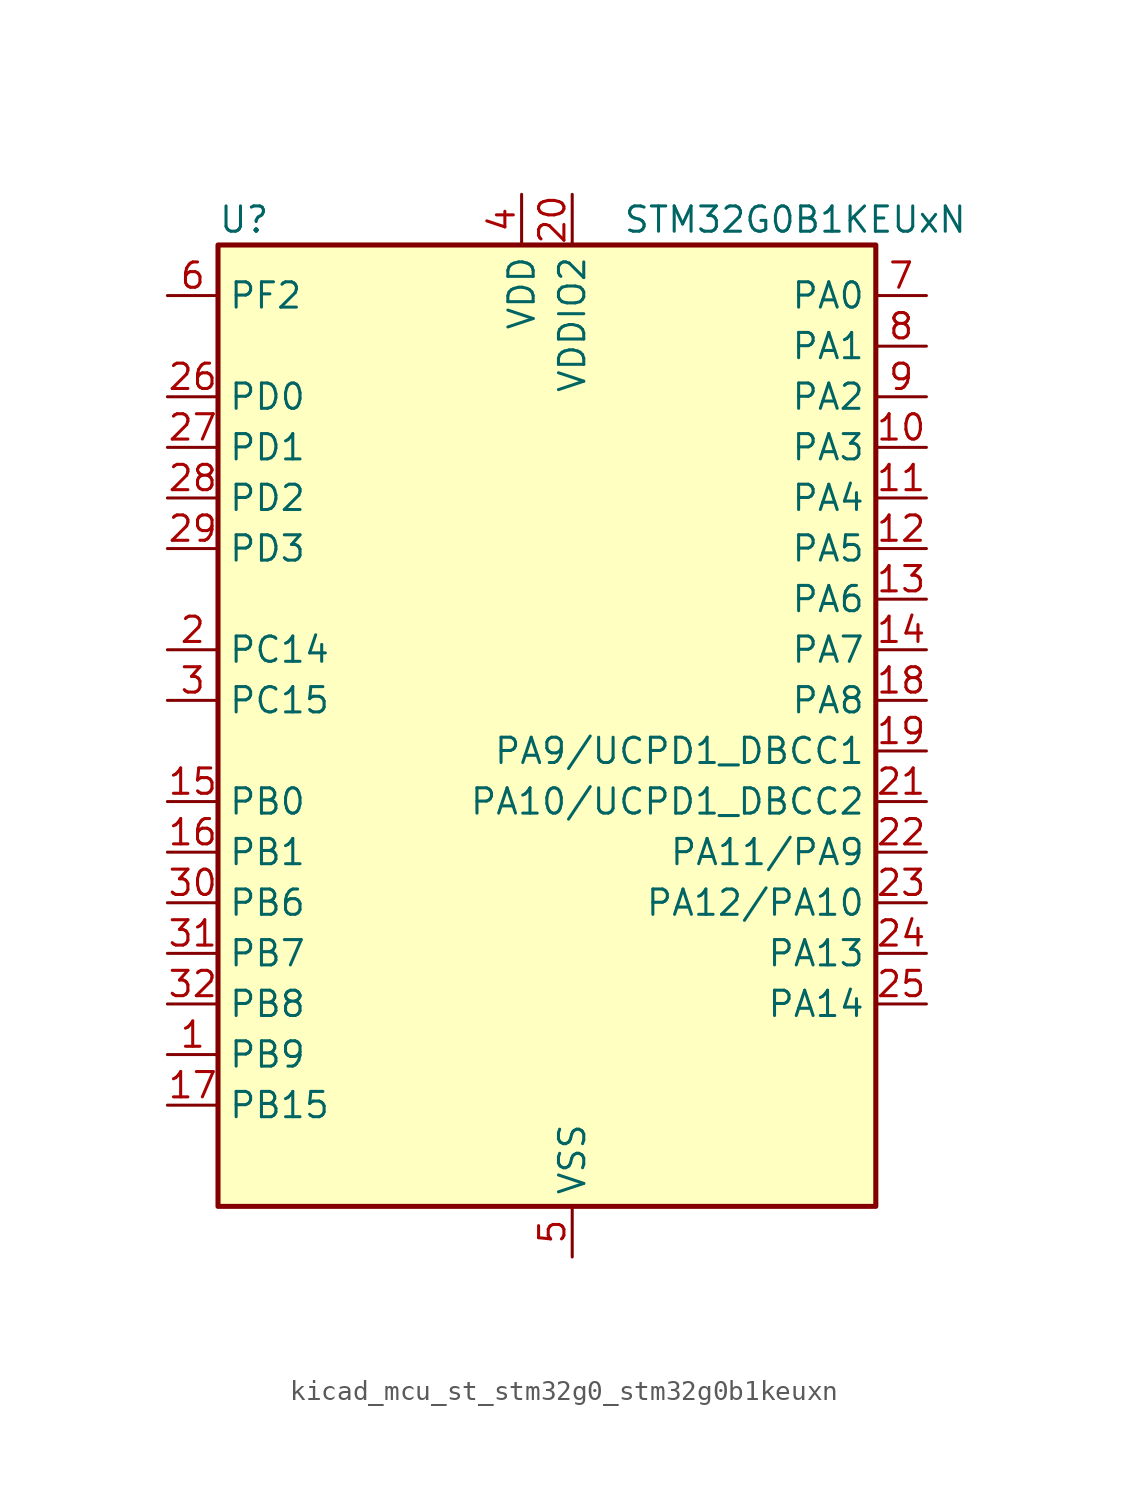
<source format=kicad_sym>
(kicad_symbol_lib
  (version 20220914)
  (generator kicad_symbol_editor)
  (symbol "kicad_mcu_st_stm32g0_stm32g0b1keuxn"
    (property "Reference" "U"
      (at -15.24 26.67 0)
      (effects (font (size 1.27 1.27)) (justify left)))
    (property "Value" "STM32G0B1KEUxN"
      (at 5.08 26.67 0)
      (effects (font (size 1.27 1.27)) (justify left)))
    (property "ki_locked" ""
      (at 0 0 0)
      (effects (font (size 1.27 1.27))))
    (symbol "kicad_mcu_st_stm32g0_stm32g0b1keuxn_0_1"
      (rectangle (start -15.24 -22.86) (end 17.78 25.4) (stroke (width 0.254) (type default)) (fill (type background))))
    (symbol "kicad_mcu_st_stm32g0_stm32g0b1keuxn_1_1"
      (pin bidirectional line (at -17.78 -15.24 0) (length 2.54) (name "PB9" (effects (font (size 1.27 1.27)))) (number "1" (effects (font (size 1.27 1.27)))) (alternate "DAC1_EXTI9" bidirectional line) (alternate "FDCAN1_TX" bidirectional line) (alternate "I2C1_SDA" bidirectional line) (alternate "I2S2_WS" bidirectional line) (alternate "IR_OUT" bidirectional line) (alternate "SPI2_NSS" bidirectional line) (alternate "TIM17_CH1" bidirectional line) (alternate "TIM4_CH4" bidirectional line) (alternate "UCPD2_FRSTX1" bidirectional line) (alternate "UCPD2_FRSTX2" bidirectional line) (alternate "USART3_RX" bidirectional line) (alternate "USART6_RX" bidirectional line))
      (pin bidirectional line (at 20.32 15.24 180) (length 2.54) (name "PA3" (effects (font (size 1.27 1.27)))) (number "10" (effects (font (size 1.27 1.27)))) (alternate "ADC1_IN3" bidirectional line) (alternate "COMP2_INP" bidirectional line) (alternate "I2S2_MCK" bidirectional line) (alternate "LPUART1_RX" bidirectional line) (alternate "SPI2_MISO" bidirectional line) (alternate "TIM15_CH2" bidirectional line) (alternate "TIM2_CH4" bidirectional line) (alternate "UCPD2_FRSTX1" bidirectional line) (alternate "UCPD2_FRSTX2" bidirectional line) (alternate "USART2_RX" bidirectional line))
      (pin bidirectional line (at 20.32 12.7 180) (length 2.54) (name "PA4" (effects (font (size 1.27 1.27)))) (number "11" (effects (font (size 1.27 1.27)))) (alternate "ADC1_IN4" bidirectional line) (alternate "DAC1_OUT1" bidirectional line) (alternate "I2S1_WS" bidirectional line) (alternate "I2S2_SD" bidirectional line) (alternate "LPTIM2_OUT" bidirectional line) (alternate "RTC_OUT1" bidirectional line) (alternate "RTC_TAMP_IN1" bidirectional line) (alternate "RTC_TS" bidirectional line) (alternate "SPI1_NSS" bidirectional line) (alternate "SPI2_MOSI" bidirectional line) (alternate "SYS_WKUP2" bidirectional line) (alternate "TIM14_CH1" bidirectional line) (alternate "UCPD2_FRSTX1" bidirectional line) (alternate "UCPD2_FRSTX2" bidirectional line) (alternate "USART6_TX" bidirectional line) (alternate "USB_NOE" bidirectional line))
      (pin bidirectional line (at 20.32 10.16 180) (length 2.54) (name "PA5" (effects (font (size 1.27 1.27)))) (number "12" (effects (font (size 1.27 1.27)))) (alternate "ADC1_IN5" bidirectional line) (alternate "CEC" bidirectional line) (alternate "DAC1_OUT2" bidirectional line) (alternate "I2S1_CK" bidirectional line) (alternate "LPTIM2_ETR" bidirectional line) (alternate "SPI1_SCK" bidirectional line) (alternate "TIM2_CH1" bidirectional line) (alternate "TIM2_ETR" bidirectional line) (alternate "UCPD1_FRSTX1" bidirectional line) (alternate "UCPD1_FRSTX2" bidirectional line) (alternate "USART3_TX" bidirectional line) (alternate "USART6_RX" bidirectional line))
      (pin bidirectional line (at 20.32 7.62 180) (length 2.54) (name "PA6" (effects (font (size 1.27 1.27)))) (number "13" (effects (font (size 1.27 1.27)))) (alternate "ADC1_IN6" bidirectional line) (alternate "COMP1_OUT" bidirectional line) (alternate "I2C2_SDA" bidirectional line) (alternate "I2C3_SDA" bidirectional line) (alternate "I2S1_MCK" bidirectional line) (alternate "LPUART1_CTS" bidirectional line) (alternate "SPI1_MISO" bidirectional line) (alternate "TIM16_CH1" bidirectional line) (alternate "TIM1_BK" bidirectional line) (alternate "TIM3_CH1" bidirectional line) (alternate "USART3_CTS" bidirectional line) (alternate "USART3_NSS" bidirectional line) (alternate "USART6_CTS" bidirectional line) (alternate "USART6_NSS" bidirectional line))
      (pin bidirectional line (at 20.32 5.08 180) (length 2.54) (name "PA7" (effects (font (size 1.27 1.27)))) (number "14" (effects (font (size 1.27 1.27)))) (alternate "ADC1_IN7" bidirectional line) (alternate "COMP2_OUT" bidirectional line) (alternate "I2C2_SCL" bidirectional line) (alternate "I2C3_SCL" bidirectional line) (alternate "I2S1_SD" bidirectional line) (alternate "SPI1_MOSI" bidirectional line) (alternate "TIM14_CH1" bidirectional line) (alternate "TIM17_CH1" bidirectional line) (alternate "TIM1_CH1N" bidirectional line) (alternate "TIM3_CH2" bidirectional line) (alternate "UCPD1_FRSTX1" bidirectional line) (alternate "UCPD1_FRSTX2" bidirectional line) (alternate "USART6_CK" bidirectional line) (alternate "USART6_DE" bidirectional line) (alternate "USART6_RTS" bidirectional line))
      (pin bidirectional line (at -17.78 -2.54 0) (length 2.54) (name "PB0" (effects (font (size 1.27 1.27)))) (number "15" (effects (font (size 1.27 1.27)))) (alternate "ADC1_IN8" bidirectional line) (alternate "COMP1_OUT" bidirectional line) (alternate "COMP3_INP" bidirectional line) (alternate "FDCAN2_RX" bidirectional line) (alternate "I2S1_WS" bidirectional line) (alternate "LPTIM1_OUT" bidirectional line) (alternate "LPUART2_CTS" bidirectional line) (alternate "SPI1_NSS" bidirectional line) (alternate "TIM1_CH2N" bidirectional line) (alternate "TIM3_CH3" bidirectional line) (alternate "UCPD1_FRSTX1" bidirectional line) (alternate "UCPD1_FRSTX2" bidirectional line) (alternate "USART3_RX" bidirectional line) (alternate "USART5_TX" bidirectional line))
      (pin bidirectional line (at -17.78 -5.08 0) (length 2.54) (name "PB1" (effects (font (size 1.27 1.27)))) (number "16" (effects (font (size 1.27 1.27)))) (alternate "ADC1_IN9" bidirectional line) (alternate "COMP1_INM" bidirectional line) (alternate "COMP3_OUT" bidirectional line) (alternate "FDCAN2_TX" bidirectional line) (alternate "LPTIM2_IN1" bidirectional line) (alternate "LPUART1_DE" bidirectional line) (alternate "LPUART1_RTS" bidirectional line) (alternate "LPUART2_DE" bidirectional line) (alternate "LPUART2_RTS" bidirectional line) (alternate "TIM14_CH1" bidirectional line) (alternate "TIM1_CH3N" bidirectional line) (alternate "TIM3_CH4" bidirectional line) (alternate "USART3_CK" bidirectional line) (alternate "USART3_DE" bidirectional line) (alternate "USART3_RTS" bidirectional line) (alternate "USART5_RX" bidirectional line))
      (pin bidirectional line (at -17.78 -17.78 0) (length 2.54) (name "PB15" (effects (font (size 1.27 1.27)))) (number "17" (effects (font (size 1.27 1.27)))) (alternate "I2S2_SD" bidirectional line) (alternate "RTC_REFIN" bidirectional line) (alternate "SPI2_MOSI" bidirectional line) (alternate "TIM15_CH1N" bidirectional line) (alternate "TIM15_CH2" bidirectional line) (alternate "TIM1_CH3N" bidirectional line) (alternate "UCPD1_CC2" bidirectional line) (alternate "USART6_CTS" bidirectional line) (alternate "USART6_NSS" bidirectional line))
      (pin bidirectional line (at 20.32 2.54 180) (length 2.54) (name "PA8" (effects (font (size 1.27 1.27)))) (number "18" (effects (font (size 1.27 1.27)))) (alternate "CRS1_SYNC" bidirectional line) (alternate "I2C2_SMBA" bidirectional line) (alternate "I2S2_WS" bidirectional line) (alternate "LPTIM2_OUT" bidirectional line) (alternate "RCC_MCO" bidirectional line) (alternate "SPI2_NSS" bidirectional line) (alternate "TIM1_CH1" bidirectional line) (alternate "UCPD1_CC1" bidirectional line))
      (pin bidirectional line (at 20.32 0 180) (length 2.54) (name "PA9/UCPD1_DBCC1" (effects (font (size 1.27 1.27)))) (number "19" (effects (font (size 1.27 1.27)))) (alternate "DAC1_EXTI9" bidirectional line) (alternate "I2C1_SCL" bidirectional line) (alternate "I2C2_SCL" bidirectional line) (alternate "I2S2_MCK" bidirectional line) (alternate "RCC_MCO" bidirectional line) (alternate "SPI2_MISO" bidirectional line) (alternate "TIM15_BK" bidirectional line) (alternate "TIM1_CH2" bidirectional line) (alternate "UCPD1_DBCC1" bidirectional line) (alternate "USART1_TX" bidirectional line))
      (pin bidirectional line (at -17.78 5.08 0) (length 2.54) (name "PC14" (effects (font (size 1.27 1.27)))) (number "2" (effects (font (size 1.27 1.27)))) (alternate "RCC_OSC32_IN" bidirectional line) (alternate "RCC_OSC_IN" bidirectional line) (alternate "TIM1_BK2" bidirectional line))
      (pin power_in line (at 2.54 27.94 270) (length 2.54) (name "VDDIO2" (effects (font (size 1.27 1.27)))) (number "20" (effects (font (size 1.27 1.27)))))
      (pin bidirectional line (at 20.32 -2.54 180) (length 2.54) (name "PA10/UCPD1_DBCC2" (effects (font (size 1.27 1.27)))) (number "21" (effects (font (size 1.27 1.27)))) (alternate "I2C1_SDA" bidirectional line) (alternate "I2C2_SDA" bidirectional line) (alternate "I2S2_SD" bidirectional line) (alternate "RCC_MCO_2" bidirectional line) (alternate "SPI2_MOSI" bidirectional line) (alternate "TIM17_BK" bidirectional line) (alternate "TIM1_CH3" bidirectional line) (alternate "UCPD1_DBCC2" bidirectional line) (alternate "USART1_RX" bidirectional line))
      (pin bidirectional line (at 20.32 -5.08 180) (length 2.54) (name "PA11/PA9" (effects (font (size 1.27 1.27)))) (number "22" (effects (font (size 1.27 1.27)))) (alternate "ADC1_EXTI11" bidirectional line) (alternate "COMP1_OUT" bidirectional line) (alternate "FDCAN1_RX" bidirectional line) (alternate "I2C2_SCL" bidirectional line) (alternate "I2S1_MCK" bidirectional line) (alternate "SPI1_MISO" bidirectional line) (alternate "TIM1_BK2" bidirectional line) (alternate "TIM1_CH4" bidirectional line) (alternate "USART1_CTS" bidirectional line) (alternate "USART1_NSS" bidirectional line) (alternate "USB_DM" bidirectional line))
      (pin bidirectional line (at 20.32 -7.62 180) (length 2.54) (name "PA12/PA10" (effects (font (size 1.27 1.27)))) (number "23" (effects (font (size 1.27 1.27)))) (alternate "COMP2_OUT" bidirectional line) (alternate "FDCAN1_TX" bidirectional line) (alternate "I2C2_SDA" bidirectional line) (alternate "I2S1_SD" bidirectional line) (alternate "I2S_CKIN" bidirectional line) (alternate "SPI1_MOSI" bidirectional line) (alternate "TIM1_ETR" bidirectional line) (alternate "USART1_CK" bidirectional line) (alternate "USART1_DE" bidirectional line) (alternate "USART1_RTS" bidirectional line) (alternate "USB_DP" bidirectional line))
      (pin bidirectional line (at 20.32 -10.16 180) (length 2.54) (name "PA13" (effects (font (size 1.27 1.27)))) (number "24" (effects (font (size 1.27 1.27)))) (alternate "IR_OUT" bidirectional line) (alternate "LPUART2_RX" bidirectional line) (alternate "SYS_SWDIO" bidirectional line) (alternate "USB_NOE" bidirectional line))
      (pin bidirectional line (at 20.32 -12.7 180) (length 2.54) (name "PA14" (effects (font (size 1.27 1.27)))) (number "25" (effects (font (size 1.27 1.27)))) (alternate "LPUART2_TX" bidirectional line) (alternate "SYS_SWCLK" bidirectional line) (alternate "USART2_TX" bidirectional line))
      (pin bidirectional line (at -17.78 17.78 0) (length 2.54) (name "PD0" (effects (font (size 1.27 1.27)))) (number "26" (effects (font (size 1.27 1.27)))) (alternate "FDCAN1_RX" bidirectional line) (alternate "I2S2_WS" bidirectional line) (alternate "SPI2_NSS" bidirectional line) (alternate "TIM16_CH1" bidirectional line) (alternate "UCPD2_CC1" bidirectional line))
      (pin bidirectional line (at -17.78 15.24 0) (length 2.54) (name "PD1" (effects (font (size 1.27 1.27)))) (number "27" (effects (font (size 1.27 1.27)))) (alternate "FDCAN1_TX" bidirectional line) (alternate "I2S2_CK" bidirectional line) (alternate "SPI2_SCK" bidirectional line) (alternate "TIM17_CH1" bidirectional line) (alternate "UCPD2_DBCC1" bidirectional line))
      (pin bidirectional line (at -17.78 12.7 0) (length 2.54) (name "PD2" (effects (font (size 1.27 1.27)))) (number "28" (effects (font (size 1.27 1.27)))) (alternate "TIM1_CH1N" bidirectional line) (alternate "TIM3_ETR" bidirectional line) (alternate "UCPD2_CC2" bidirectional line) (alternate "USART3_CK" bidirectional line) (alternate "USART3_DE" bidirectional line) (alternate "USART3_RTS" bidirectional line) (alternate "USART5_RX" bidirectional line))
      (pin bidirectional line (at -17.78 10.16 0) (length 2.54) (name "PD3" (effects (font (size 1.27 1.27)))) (number "29" (effects (font (size 1.27 1.27)))) (alternate "I2S2_MCK" bidirectional line) (alternate "SPI2_MISO" bidirectional line) (alternate "TIM1_CH2N" bidirectional line) (alternate "UCPD2_DBCC2" bidirectional line) (alternate "USART2_CTS" bidirectional line) (alternate "USART2_NSS" bidirectional line) (alternate "USART5_TX" bidirectional line))
      (pin bidirectional line (at -17.78 2.54 0) (length 2.54) (name "PC15" (effects (font (size 1.27 1.27)))) (number "3" (effects (font (size 1.27 1.27)))) (alternate "RCC_OSC32_EN" bidirectional line) (alternate "RCC_OSC32_OUT" bidirectional line) (alternate "RCC_OSC_EN" bidirectional line) (alternate "TIM15_BK" bidirectional line))
      (pin bidirectional line (at -17.78 -7.62 0) (length 2.54) (name "PB6" (effects (font (size 1.27 1.27)))) (number "30" (effects (font (size 1.27 1.27)))) (alternate "COMP2_INP" bidirectional line) (alternate "FDCAN2_TX" bidirectional line) (alternate "I2C1_SCL" bidirectional line) (alternate "I2S2_MCK" bidirectional line) (alternate "LPTIM1_ETR" bidirectional line) (alternate "LPUART2_TX" bidirectional line) (alternate "SPI2_MISO" bidirectional line) (alternate "TIM16_CH1N" bidirectional line) (alternate "TIM1_CH3" bidirectional line) (alternate "TIM4_CH1" bidirectional line) (alternate "USART1_TX" bidirectional line) (alternate "USART5_CTS" bidirectional line) (alternate "USART5_NSS" bidirectional line))
      (pin bidirectional line (at -17.78 -10.16 0) (length 2.54) (name "PB7" (effects (font (size 1.27 1.27)))) (number "31" (effects (font (size 1.27 1.27)))) (alternate "COMP2_INM" bidirectional line) (alternate "I2C1_SDA" bidirectional line) (alternate "I2S2_SD" bidirectional line) (alternate "LPTIM1_IN2" bidirectional line) (alternate "LPUART2_RX" bidirectional line) (alternate "SPI2_MOSI" bidirectional line) (alternate "SYS_PVD_IN" bidirectional line) (alternate "TIM17_CH1N" bidirectional line) (alternate "TIM4_CH2" bidirectional line) (alternate "USART1_RX" bidirectional line) (alternate "USART4_CTS" bidirectional line) (alternate "USART4_NSS" bidirectional line))
      (pin bidirectional line (at -17.78 -12.7 0) (length 2.54) (name "PB8" (effects (font (size 1.27 1.27)))) (number "32" (effects (font (size 1.27 1.27)))) (alternate "CEC" bidirectional line) (alternate "FDCAN1_RX" bidirectional line) (alternate "I2C1_SCL" bidirectional line) (alternate "I2S2_CK" bidirectional line) (alternate "SPI2_SCK" bidirectional line) (alternate "TIM15_BK" bidirectional line) (alternate "TIM16_CH1" bidirectional line) (alternate "TIM4_CH3" bidirectional line) (alternate "USART3_TX" bidirectional line) (alternate "USART6_TX" bidirectional line))
      (pin passive line (at 2.54 -25.4 90) (length 2.54) hide (name "VSS" (effects (font (size 1.27 1.27)))) (number "33" (effects (font (size 1.27 1.27)))))
      (pin power_in line (at 0 27.94 270) (length 2.54) (name "VDD" (effects (font (size 1.27 1.27)))) (number "4" (effects (font (size 1.27 1.27)))))
      (pin power_in line (at 2.54 -25.4 90) (length 2.54) (name "VSS" (effects (font (size 1.27 1.27)))) (number "5" (effects (font (size 1.27 1.27)))))
      (pin bidirectional line (at -17.78 22.86 0) (length 2.54) (name "PF2" (effects (font (size 1.27 1.27)))) (number "6" (effects (font (size 1.27 1.27)))) (alternate "LPUART2_DE" bidirectional line) (alternate "LPUART2_RTS" bidirectional line) (alternate "LPUART2_TX" bidirectional line) (alternate "RCC_MCO" bidirectional line))
      (pin bidirectional line (at 20.32 22.86 180) (length 2.54) (name "PA0" (effects (font (size 1.27 1.27)))) (number "7" (effects (font (size 1.27 1.27)))) (alternate "ADC1_IN0" bidirectional line) (alternate "COMP1_INM" bidirectional line) (alternate "COMP1_OUT" bidirectional line) (alternate "I2S2_CK" bidirectional line) (alternate "LPTIM1_OUT" bidirectional line) (alternate "RTC_TAMP_IN2" bidirectional line) (alternate "SPI2_SCK" bidirectional line) (alternate "SYS_WKUP1" bidirectional line) (alternate "TIM2_CH1" bidirectional line) (alternate "TIM2_ETR" bidirectional line) (alternate "UCPD2_FRSTX1" bidirectional line) (alternate "UCPD2_FRSTX2" bidirectional line) (alternate "USART2_CTS" bidirectional line) (alternate "USART2_NSS" bidirectional line) (alternate "USART4_TX" bidirectional line))
      (pin bidirectional line (at 20.32 20.32 180) (length 2.54) (name "PA1" (effects (font (size 1.27 1.27)))) (number "8" (effects (font (size 1.27 1.27)))) (alternate "ADC1_IN1" bidirectional line) (alternate "COMP1_INP" bidirectional line) (alternate "I2C1_SMBA" bidirectional line) (alternate "I2S1_CK" bidirectional line) (alternate "SPI1_SCK" bidirectional line) (alternate "TIM15_CH1N" bidirectional line) (alternate "TIM2_CH2" bidirectional line) (alternate "USART2_CK" bidirectional line) (alternate "USART2_DE" bidirectional line) (alternate "USART2_RTS" bidirectional line) (alternate "USART4_RX" bidirectional line))
      (pin bidirectional line (at 20.32 17.78 180) (length 2.54) (name "PA2" (effects (font (size 1.27 1.27)))) (number "9" (effects (font (size 1.27 1.27)))) (alternate "ADC1_IN2" bidirectional line) (alternate "COMP2_INM" bidirectional line) (alternate "COMP2_OUT" bidirectional line) (alternate "I2S1_SD" bidirectional line) (alternate "LPUART1_TX" bidirectional line) (alternate "RCC_LSCO" bidirectional line) (alternate "SPI1_MOSI" bidirectional line) (alternate "SYS_WKUP4" bidirectional line) (alternate "TIM15_CH1" bidirectional line) (alternate "TIM2_CH3" bidirectional line) (alternate "UCPD1_FRSTX1" bidirectional line) (alternate "UCPD1_FRSTX2" bidirectional line) (alternate "USART2_TX" bidirectional line)))))
</source>
